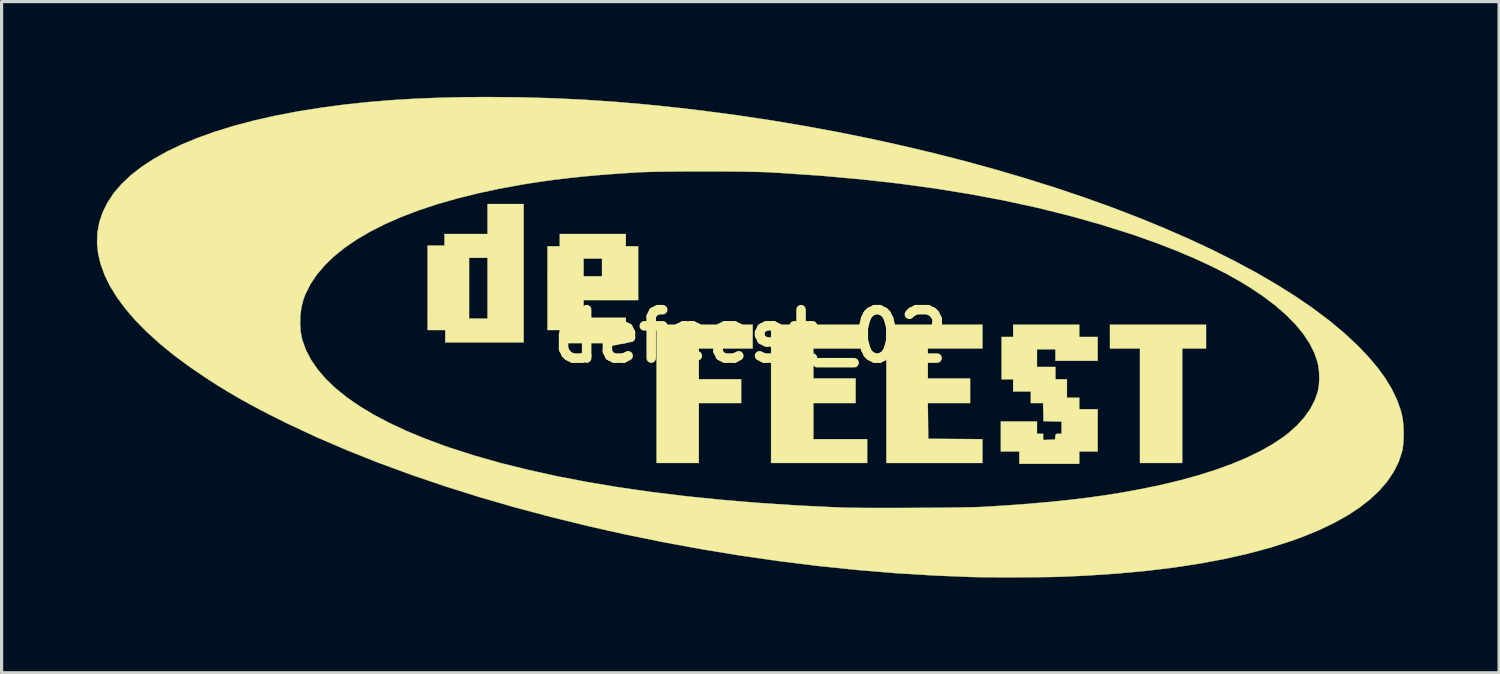
<source format=kicad_pcb>
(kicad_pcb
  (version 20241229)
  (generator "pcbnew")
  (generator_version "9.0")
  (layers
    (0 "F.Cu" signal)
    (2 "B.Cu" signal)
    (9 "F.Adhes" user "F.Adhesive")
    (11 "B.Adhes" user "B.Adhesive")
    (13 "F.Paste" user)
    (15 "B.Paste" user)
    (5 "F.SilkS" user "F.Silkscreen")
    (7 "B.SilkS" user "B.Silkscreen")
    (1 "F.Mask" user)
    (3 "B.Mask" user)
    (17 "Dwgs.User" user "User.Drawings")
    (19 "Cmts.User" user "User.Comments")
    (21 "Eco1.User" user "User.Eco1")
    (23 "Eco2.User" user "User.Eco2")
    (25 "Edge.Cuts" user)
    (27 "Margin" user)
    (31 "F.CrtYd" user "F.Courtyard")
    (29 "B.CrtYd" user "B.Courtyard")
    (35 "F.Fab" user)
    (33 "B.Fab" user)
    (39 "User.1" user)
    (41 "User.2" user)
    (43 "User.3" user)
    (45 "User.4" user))
  (footprint "defeest_02"
    (layer "F.Cu")
    (at 20.57 7.533)
    (property "Reference" "defeest_02" (at 0 0 0) (layer "F.SilkS") (effects (font (size 1.524 1.524) (thickness 0.3))))
    (attr through_hole)
    (fp_poly (pts (xy 14.345 0.387) (xy 13.595 0.387) (xy 13.595 3.991) (xy 12.265 3.991) (xy 12.265 0.387) (xy 11.321 0.387) (xy 11.321 -0.363) (xy 14.345 -0.363) (xy 14.345 0.387)) (stroke (width 0.01) (type solid)) (fill yes) (layer "F.SilkS"))
    (fp_poly (pts (xy 0.073 0.387) (xy -1.621 0.387) (xy -1.621 1.355) (xy -0.29 1.355) (xy -0.29 2.105) (xy -1.621 2.105) (xy -1.621 3.991) (xy -2.951 3.991) (xy -2.951 -0.363) (xy 0.073 -0.363) (xy 0.073 0.387)) (stroke (width 0.01) (type solid)) (fill yes) (layer "F.SilkS"))
    (fp_poly (pts (xy 3.677 0.387) (xy 1.984 0.387) (xy 1.984 1.33) (xy 3.314 1.33) (xy 3.314 2.105) (xy 1.984 2.105) (xy 1.984 3.242) (xy 3.677 3.242) (xy 3.677 3.991) (xy 0.653 3.991) (xy 0.653 -0.363) (xy 3.677 -0.363) (xy 3.677 0.387)) (stroke (width 0.01) (type solid)) (fill yes) (layer "F.SilkS"))
    (fp_poly (pts (xy 7.306 0.387) (xy 5.588 0.387) (xy 5.588 1.33) (xy 6.918 1.33) (xy 6.918 2.105) (xy 5.587 2.105) (xy 5.594 2.667) (xy 5.6 3.229) (xy 7.306 3.242) (xy 7.306 3.991) (xy 4.282 3.991) (xy 4.282 -0.363) (xy 7.306 -0.363) (xy 7.306 0.387)) (stroke (width 0.01) (type solid)) (fill yes) (layer "F.SilkS"))
    (fp_poly (pts (xy -7.136 0.194) (xy -9.604 0.194) (xy -9.604 -0.194) (xy -10.16 -0.194) (xy -10.16 -2.467) (xy -8.854 -2.467) (xy -8.854 -0.556) (xy -8.273 -0.556) (xy -8.273 -2.467) (xy -8.854 -2.467) (xy -10.16 -2.467) (xy -10.16 -2.854) (xy -9.628 -2.854) (xy -9.628 -3.217) (xy -8.273 -3.217) (xy -8.273 -4.161) (xy -7.136 -4.161) (xy -7.136 0.194)) (stroke (width 0.01) (type solid)) (fill yes) (layer "F.SilkS"))
    (fp_poly (pts (xy -3.919 -2.83) (xy -3.532 -2.83) (xy -3.532 -1.137) (xy -5.249 -1.137) (xy -5.249 -0.581) (xy -3.919 -0.581) (xy -3.919 0.218) (xy -5.999 0.218) (xy -5.999 -0.194) (xy -6.386 -0.194) (xy -6.386 -2.443) (xy -5.249 -2.443) (xy -5.249 -1.887) (xy -4.669 -1.887) (xy -4.669 -2.443) (xy -5.249 -2.443) (xy -6.386 -2.443) (xy -6.386 -2.83) (xy -5.999 -2.83) (xy -5.999 -3.217) (xy -3.919 -3.217) (xy -3.919 -2.83)) (stroke (width 0.01) (type solid)) (fill yes) (layer "F.SilkS"))
    (fp_poly (pts (xy 10.354 0.024) (xy 10.934 0.024) (xy 10.934 0.774) (xy 9.604 0.774) (xy 9.604 0.411) (xy 9.023 0.411) (xy 9.023 0.968) (xy 9.604 0.968) (xy 9.604 1.355) (xy 9.966 1.355) (xy 9.966 1.935) (xy 10.354 1.935) (xy 10.354 2.298) (xy 10.934 2.298) (xy 10.934 3.629) (xy 10.354 3.629) (xy 10.354 4.016) (xy 8.467 4.016) (xy 8.467 3.629) (xy 7.886 3.629) (xy 7.886 2.685) (xy 9.023 2.685) (xy 9.023 3.072) (xy 9.217 3.072) (xy 9.217 3.268) (xy 9.592 3.254) (xy 9.599 3.163) (xy 9.607 3.104) (xy 9.628 3.079) (xy 9.676 3.072) (xy 9.702 3.072) (xy 9.797 3.072) (xy 9.797 2.687) (xy 9.513 2.68) (xy 9.229 2.673) (xy 9.222 2.389) (xy 9.215 2.105) (xy 8.83 2.105) (xy 8.83 1.742) (xy 8.273 1.742) (xy 8.273 1.355) (xy 7.91 1.355) (xy 7.91 0.024) (xy 8.273 0.024) (xy 8.273 -0.363) (xy 10.354 -0.363) (xy 10.354 0.024)) (stroke (width 0.01) (type solid)) (fill yes) (layer "F.SilkS"))
    (fp_poly (pts (xy -7.25 -7.519) (xy -6.255 -7.492) (xy -5.264 -7.445) (xy -4.269 -7.379) (xy -3.259 -7.292) (xy -2.222 -7.184) (xy -1.5 -7.098) (xy -0.427 -6.956) (xy 0.638 -6.797) (xy 1.693 -6.62) (xy 2.738 -6.428) (xy 3.769 -6.219) (xy 4.786 -5.996) (xy 5.787 -5.758) (xy 6.771 -5.507) (xy 7.734 -5.242) (xy 8.677 -4.964) (xy 9.596 -4.675) (xy 10.491 -4.374) (xy 11.36 -4.063) (xy 12.2 -3.741) (xy 13.011 -3.409) (xy 13.791 -3.069) (xy 14.538 -2.72) (xy 15.25 -2.364) (xy 15.926 -2) (xy 16.563 -1.63) (xy 17.161 -1.254) (xy 17.717 -0.873) (xy 18.231 -0.486) (xy 18.699 -0.096) (xy 19.121 0.298) (xy 19.148 0.325) (xy 19.473 0.668) (xy 19.754 1.002) (xy 19.991 1.33) (xy 20.188 1.654) (xy 20.344 1.977) (xy 20.464 2.303) (xy 20.503 2.44) (xy 20.535 2.603) (xy 20.556 2.796) (xy 20.566 3.005) (xy 20.564 3.216) (xy 20.551 3.413) (xy 20.527 3.583) (xy 20.515 3.635) (xy 20.408 3.956) (xy 20.254 4.266) (xy 20.054 4.565) (xy 19.808 4.852) (xy 19.517 5.128) (xy 19.181 5.391) (xy 18.8 5.641) (xy 18.375 5.878) (xy 17.907 6.102) (xy 17.396 6.312) (xy 17 6.455) (xy 16.346 6.662) (xy 15.652 6.848) (xy 14.917 7.013) (xy 14.142 7.158) (xy 13.325 7.283) (xy 12.466 7.387) (xy 11.564 7.47) (xy 10.62 7.534) (xy 9.809 7.571) (xy 9.638 7.576) (xy 9.427 7.581) (xy 9.184 7.584) (xy 8.917 7.587) (xy 8.634 7.589) (xy 8.344 7.59) (xy 8.054 7.59) (xy 7.773 7.59) (xy 7.508 7.588) (xy 7.269 7.586) (xy 7.062 7.582) (xy 6.955 7.58) (xy 5.76 7.532) (xy 4.553 7.458) (xy 3.34 7.357) (xy 2.122 7.231) (xy 0.902 7.08) (xy -0.316 6.905) (xy -1.528 6.706) (xy -2.733 6.485) (xy -3.926 6.242) (xy -5.105 5.978) (xy -6.266 5.693) (xy -7.407 5.389) (xy -8.524 5.065) (xy -9.613 4.723) (xy -10.673 4.363) (xy -11.699 3.986) (xy -12.689 3.593) (xy -13.639 3.185) (xy -14.546 2.762) (xy -14.647 2.712) (xy -15.056 2.508) (xy -15.429 2.317) (xy -15.773 2.133) (xy -16.097 1.952) (xy -16.411 1.769) (xy -16.721 1.579) (xy -17.038 1.378) (xy -17.175 1.288) (xy -17.701 0.928) (xy -18.184 0.568) (xy -18.622 0.207) (xy -19.017 -0.152) (xy -19.258 -0.398) (xy -14.173 -0.398) (xy -14.155 -0.138) (xy -14.11 0.099) (xy -14.103 0.121) (xy -13.987 0.44) (xy -13.823 0.753) (xy -13.611 1.058) (xy -13.353 1.357) (xy -13.047 1.647) (xy -12.696 1.93) (xy -12.298 2.205) (xy -11.855 2.471) (xy -11.366 2.729) (xy -10.832 2.979) (xy -10.253 3.219) (xy -9.629 3.451) (xy -9.471 3.506) (xy -8.693 3.756) (xy -7.87 3.99) (xy -7.003 4.206) (xy -6.094 4.406) (xy -5.142 4.589) (xy -4.148 4.755) (xy -3.115 4.904) (xy -2.041 5.035) (xy -0.928 5.149) (xy 0.222 5.245) (xy 1.411 5.324) (xy 2.635 5.384) (xy 2.879 5.394) (xy 3.014 5.398) (xy 3.191 5.401) (xy 3.404 5.404) (xy 3.647 5.406) (xy 3.915 5.407) (xy 4.204 5.407) (xy 4.508 5.407) (xy 4.821 5.406) (xy 5.139 5.405) (xy 5.456 5.403) (xy 5.766 5.401) (xy 6.065 5.398) (xy 6.348 5.395) (xy 6.609 5.391) (xy 6.842 5.387) (xy 7.043 5.383) (xy 7.206 5.378) (xy 7.327 5.373) (xy 7.33 5.372) (xy 8.067 5.327) (xy 8.76 5.276) (xy 9.416 5.218) (xy 10.037 5.154) (xy 10.629 5.082) (xy 11.196 5.003) (xy 11.744 4.914) (xy 12.277 4.816) (xy 12.8 4.709) (xy 12.93 4.681) (xy 13.542 4.534) (xy 14.12 4.374) (xy 14.663 4.202) (xy 15.168 4.017) (xy 15.634 3.821) (xy 16.059 3.615) (xy 16.44 3.4) (xy 16.777 3.175) (xy 16.934 3.054) (xy 17.211 2.807) (xy 17.444 2.548) (xy 17.632 2.279) (xy 17.775 2) (xy 17.866 1.73) (xy 17.898 1.544) (xy 17.911 1.333) (xy 17.903 1.115) (xy 17.875 0.909) (xy 17.856 0.822) (xy 17.753 0.522) (xy 17.602 0.222) (xy 17.403 -0.077) (xy 17.158 -0.375) (xy 16.866 -0.671) (xy 16.528 -0.964) (xy 16.144 -1.255) (xy 15.715 -1.542) (xy 15.462 -1.697) (xy 15.014 -1.95) (xy 14.522 -2.2) (xy 13.989 -2.447) (xy 13.419 -2.688) (xy 12.816 -2.922) (xy 12.184 -3.148) (xy 11.974 -3.219) (xy 11.023 -3.518) (xy 10.044 -3.793) (xy 9.035 -4.044) (xy 7.994 -4.27) (xy 6.921 -4.472) (xy 5.813 -4.651) (xy 4.668 -4.807) (xy 3.486 -4.939) (xy 2.265 -5.049) (xy 1.002 -5.136) (xy 0.629 -5.158) (xy 0.463 -5.165) (xy 0.256 -5.171) (xy 0.014 -5.176) (xy -0.256 -5.181) (xy -0.549 -5.184) (xy -0.859 -5.186) (xy -1.18 -5.188) (xy -1.505 -5.188) (xy -1.83 -5.188) (xy -2.147 -5.186) (xy -2.451 -5.184) (xy -2.736 -5.18) (xy -2.996 -5.176) (xy -3.225 -5.17) (xy -3.417 -5.164) (xy -3.556 -5.157) (xy -4.145 -5.119) (xy -4.693 -5.078) (xy -5.207 -5.032) (xy -5.695 -4.981) (xy -6.164 -4.925) (xy -6.62 -4.862) (xy -7.072 -4.792) (xy -7.16 -4.778) (xy -7.89 -4.645) (xy -8.584 -4.496) (xy -9.242 -4.332) (xy -9.863 -4.154) (xy -10.445 -3.96) (xy -10.989 -3.753) (xy -11.494 -3.532) (xy -11.958 -3.297) (xy -12.381 -3.05) (xy -12.761 -2.791) (xy -13.099 -2.519) (xy -13.393 -2.236) (xy -13.643 -1.942) (xy -13.847 -1.638) (xy -14.005 -1.323) (xy -14.068 -1.157) (xy -14.129 -0.923) (xy -14.164 -0.664) (xy -14.173 -0.398) (xy -19.258 -0.398) (xy -19.368 -0.51) (xy -19.674 -0.866) (xy -19.936 -1.22) (xy -20.153 -1.571) (xy -20.324 -1.919) (xy -20.45 -2.262) (xy -20.531 -2.601) (xy -20.565 -2.935) (xy -20.553 -3.263) (xy -20.494 -3.585) (xy -20.388 -3.9) (xy -20.236 -4.208) (xy -20.036 -4.508) (xy -20.033 -4.512) (xy -19.79 -4.795) (xy -19.502 -5.067) (xy -19.168 -5.327) (xy -18.79 -5.575) (xy -18.37 -5.81) (xy -17.907 -6.032) (xy -17.403 -6.241) (xy -16.86 -6.435) (xy -16.277 -6.616) (xy -15.657 -6.781) (xy -15 -6.931) (xy -14.307 -7.065) (xy -14.115 -7.098) (xy -13.433 -7.204) (xy -12.741 -7.295) (xy -12.033 -7.37) (xy -11.305 -7.43) (xy -10.55 -7.476) (xy -9.764 -7.507) (xy -8.941 -7.524) (xy -8.261 -7.528) (xy -7.25 -7.519)) (stroke (width 0.01) (type solid)) (fill yes) (layer "F.SilkS")))
  (gr_rect
    (start -3 -3)
    (end 44.14 18.129)
    (stroke (width 0.1) (type default))
    (fill no)
    (layer "Edge.Cuts")))
</source>
